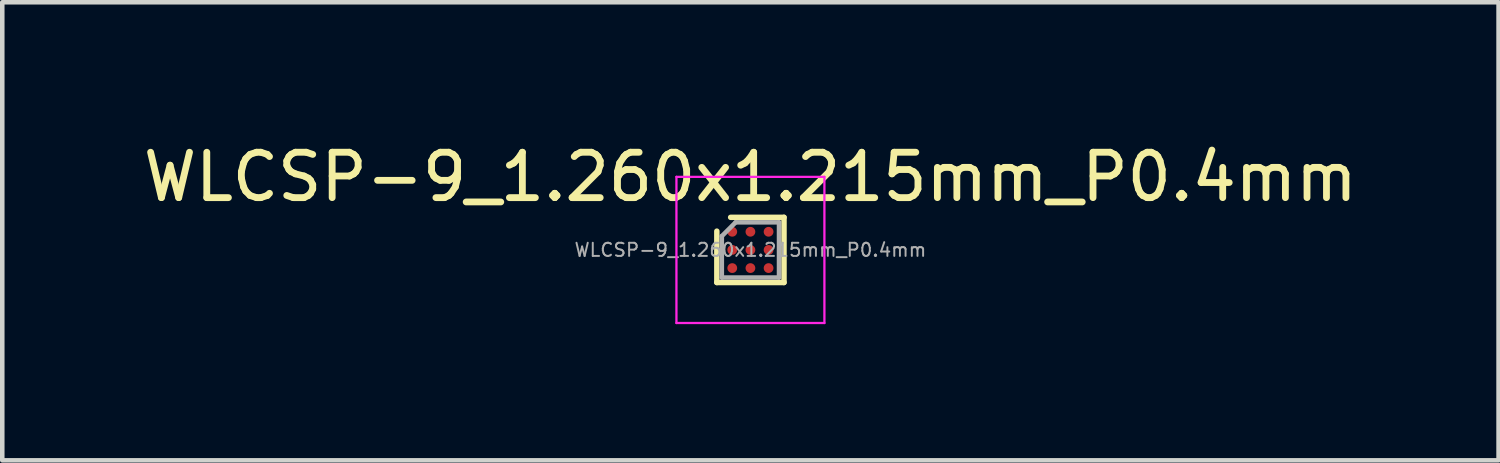
<source format=kicad_pcb>
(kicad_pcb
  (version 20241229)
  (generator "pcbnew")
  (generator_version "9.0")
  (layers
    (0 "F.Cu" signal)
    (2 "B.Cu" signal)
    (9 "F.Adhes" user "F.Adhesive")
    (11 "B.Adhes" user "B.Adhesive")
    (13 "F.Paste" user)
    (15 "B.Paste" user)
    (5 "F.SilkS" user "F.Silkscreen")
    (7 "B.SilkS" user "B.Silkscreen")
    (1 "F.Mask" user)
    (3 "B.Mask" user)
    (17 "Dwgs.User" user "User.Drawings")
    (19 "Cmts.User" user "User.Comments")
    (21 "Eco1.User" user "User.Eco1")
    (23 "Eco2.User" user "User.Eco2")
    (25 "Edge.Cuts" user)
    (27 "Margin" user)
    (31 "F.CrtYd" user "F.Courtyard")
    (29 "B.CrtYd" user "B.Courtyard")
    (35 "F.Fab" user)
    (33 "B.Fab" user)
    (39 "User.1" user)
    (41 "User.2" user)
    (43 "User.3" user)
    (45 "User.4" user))
  (footprint "WLCSP-9_1.260x1.215mm_P0.4mm"
    (layer "F.Cu")
    (at 13.482 2.456)
    (property "Reference" "WLCSP-9_1.260x1.215mm_P0.4mm" (at 0 -1.607 0) (layer "F.SilkS") (effects (font (size 1 1) (thickness 0.15))))
    (attr smd)
    (fp_line (start -0.74 0.718) (end -0.74 -0.414) (stroke (width 0.12) (type solid)) (layer "F.SilkS"))
    (fp_line (start -0.436 -0.718) (end 0.74 -0.718) (stroke (width 0.12) (type solid)) (layer "F.SilkS"))
    (fp_line (start 0.74 -0.718) (end 0.74 0.718) (stroke (width 0.12) (type solid)) (layer "F.SilkS"))
    (fp_line (start 0.74 0.718) (end -0.74 0.718) (stroke (width 0.12) (type solid)) (layer "F.SilkS"))
    (fp_line (start -1.63 -1.61) (end -1.63 1.61) (stroke (width 0.05) (type solid)) (layer "F.CrtYd"))
    (fp_line (start -1.63 1.61) (end 1.63 1.61) (stroke (width 0.05) (type solid)) (layer "F.CrtYd"))
    (fp_line (start 1.63 -1.61) (end -1.63 -1.61) (stroke (width 0.05) (type solid)) (layer "F.CrtYd"))
    (fp_line (start 1.63 1.61) (end 1.63 -1.61) (stroke (width 0.05) (type solid)) (layer "F.CrtYd"))
    (fp_line (start -0.63 -0.304) (end -0.326 -0.608) (stroke (width 0.1) (type solid)) (layer "F.Fab"))
    (fp_line (start -0.63 0.608) (end -0.63 -0.304) (stroke (width 0.1) (type solid)) (layer "F.Fab"))
    (fp_line (start -0.326 -0.608) (end 0.63 -0.608) (stroke (width 0.1) (type solid)) (layer "F.Fab"))
    (fp_line (start 0.63 -0.608) (end 0.63 0.608) (stroke (width 0.1) (type solid)) (layer "F.Fab"))
    (fp_line (start 0.63 0.608) (end -0.63 0.608) (stroke (width 0.1) (type solid)) (layer "F.Fab"))
    (fp_text user "${REFERENCE}" (at 0 0 0) (layer "F.Fab") (effects (font (size 0.29 0.29) (thickness 0.043))))
    (pad "A1" smd circle (at -0.4 -0.4) (size 0.215 0.215) (layers "F.Cu" "F.Mask" "F.Paste"))
    (pad "A2" smd circle (at 0 -0.4) (size 0.215 0.215) (layers "F.Cu" "F.Mask" "F.Paste"))
    (pad "A3" smd circle (at 0.4 -0.4) (size 0.215 0.215) (layers "F.Cu" "F.Mask" "F.Paste"))
    (pad "B1" smd circle (at -0.4 0) (size 0.215 0.215) (layers "F.Cu" "F.Mask" "F.Paste"))
    (pad "B2" smd circle (at 0 0) (size 0.215 0.215) (layers "F.Cu" "F.Mask" "F.Paste"))
    (pad "B3" smd circle (at 0.4 0) (size 0.215 0.215) (layers "F.Cu" "F.Mask" "F.Paste"))
    (pad "C1" smd circle (at -0.4 0.4) (size 0.215 0.215) (layers "F.Cu" "F.Mask" "F.Paste"))
    (pad "C2" smd circle (at 0 0.4) (size 0.215 0.215) (layers "F.Cu" "F.Mask" "F.Paste"))
    (pad "C3" smd circle (at 0.4 0.4) (size 0.215 0.215) (layers "F.Cu" "F.Mask" "F.Paste")))
  (gr_rect
    (start -3 -3)
    (end 29.964 7.091)
    (stroke (width 0.1) (type default))
    (fill no)
    (layer "Edge.Cuts")))
</source>
